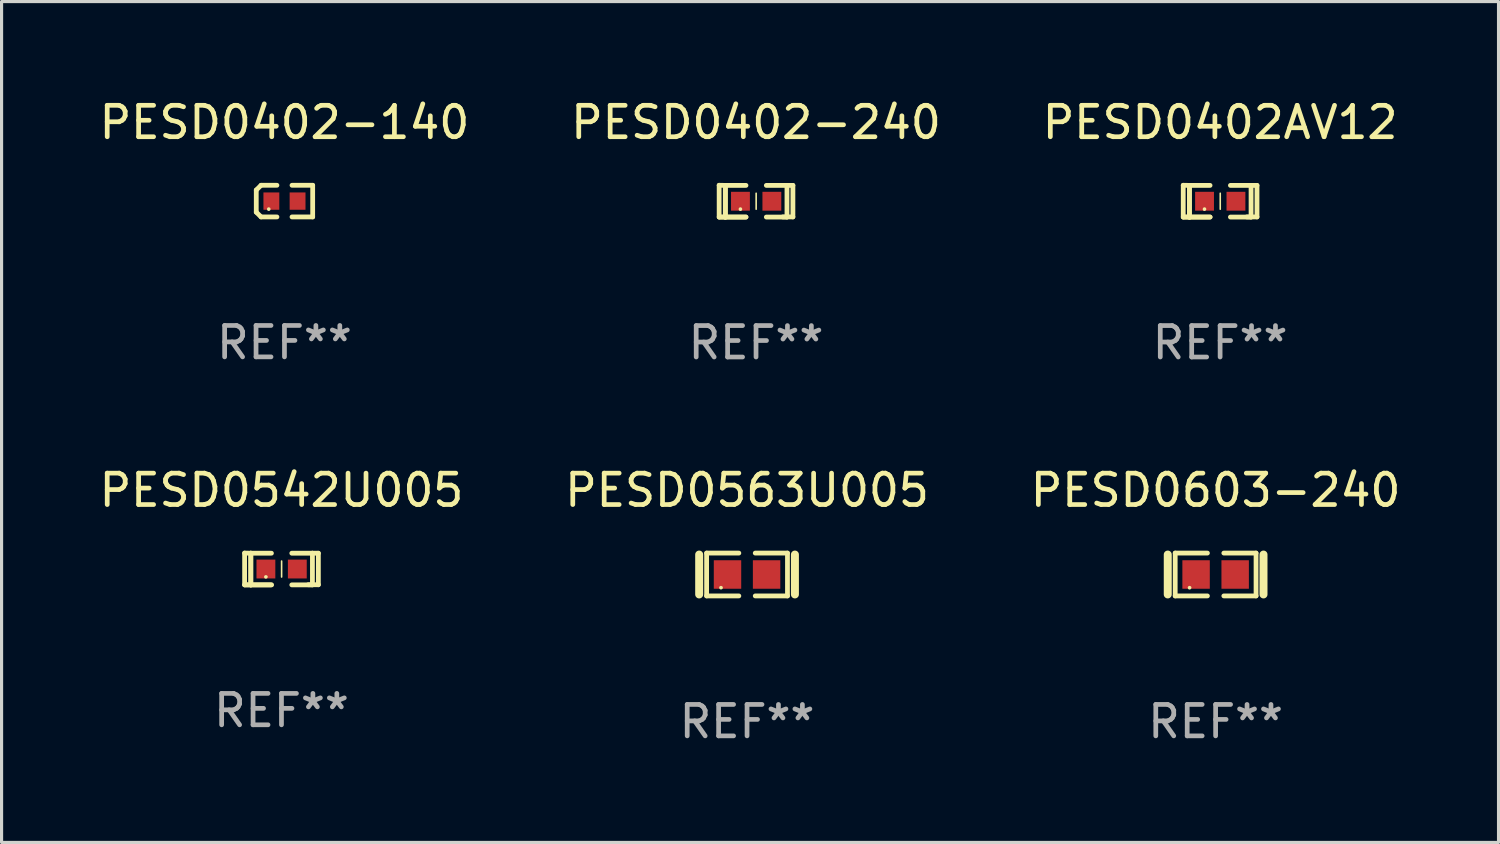
<source format=kicad_pcb>
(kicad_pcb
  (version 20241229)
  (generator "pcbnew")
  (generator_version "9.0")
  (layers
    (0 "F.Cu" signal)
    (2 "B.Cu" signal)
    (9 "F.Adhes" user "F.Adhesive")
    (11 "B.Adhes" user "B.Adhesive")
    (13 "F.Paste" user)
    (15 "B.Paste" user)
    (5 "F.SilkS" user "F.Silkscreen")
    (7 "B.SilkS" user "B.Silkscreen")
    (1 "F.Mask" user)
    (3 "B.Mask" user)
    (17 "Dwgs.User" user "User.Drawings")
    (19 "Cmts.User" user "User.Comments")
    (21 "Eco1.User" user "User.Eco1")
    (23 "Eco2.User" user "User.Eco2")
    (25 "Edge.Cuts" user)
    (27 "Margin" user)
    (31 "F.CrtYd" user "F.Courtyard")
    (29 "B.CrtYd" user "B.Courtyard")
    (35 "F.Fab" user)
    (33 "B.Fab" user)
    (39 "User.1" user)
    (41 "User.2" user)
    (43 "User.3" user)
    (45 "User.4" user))
  (footprint "PESD0603-240"
    (layer "F.Cu")
    (at 35.649 15.239)
    (property "Reference" "PESD0603-240" (at 0 -2.682 0) (layer "F.SilkS") (effects (font (size 1 1) (thickness 0.15))))
    (attr through_hole)
    (fp_line (start -1.524 -0.635) (end -1.524 0.635) (stroke (width 0.254) (type solid)) (layer "F.SilkS"))
    (fp_line (start -1.287 -0.682) (end -0.261 -0.682) (stroke (width 0.152) (type solid)) (layer "F.SilkS"))
    (fp_line (start -1.287 0.682) (end -1.287 -0.682) (stroke (width 0.152) (type solid)) (layer "F.SilkS"))
    (fp_line (start -0.261 0.682) (end -1.287 0.682) (stroke (width 0.152) (type solid)) (layer "F.SilkS"))
    (fp_line (start 0.261 0.682) (end 1.287 0.682) (stroke (width 0.152) (type solid)) (layer "F.SilkS"))
    (fp_line (start 1.287 -0.682) (end 0.261 -0.682) (stroke (width 0.152) (type solid)) (layer "F.SilkS"))
    (fp_line (start 1.287 0.682) (end 1.287 -0.682) (stroke (width 0.152) (type solid)) (layer "F.SilkS"))
    (fp_line (start 1.524 -0.635) (end 1.524 0.635) (stroke (width 0.254) (type solid)) (layer "F.SilkS"))
    (fp_circle (center -0.83 0.42) (end -0.8 0.42) (stroke (width 0.06) (type solid)) (fill no) (layer "F.SilkS"))
    (fp_text user "REF**" (at 0 4.682 0) (layer "F.Fab") (effects (font (size 1 1) (thickness 0.15))))
    (pad "1" smd rect (at -0.622 0) (size 0.873 0.907) (layers "F.Cu" "F.Mask" "F.Paste"))
    (pad "2" smd rect (at 0.622 0) (size 0.873 0.907) (layers "F.Cu" "F.Mask" "F.Paste")))
  (footprint "PESD0402AV12"
    (layer "F.Cu")
    (at 35.792 3.354)
    (property "Reference" "PESD0402AV12" (at 0 -2.506 0) (layer "F.SilkS") (effects (font (size 1 1) (thickness 0.15))))
    (attr through_hole)
    (fp_line (start -1.174 -0.506) (end -0.977 -0.502) (stroke (width 0.152) (type solid)) (layer "F.SilkS"))
    (fp_line (start -1.174 0.506) (end -1.174 -0.506) (stroke (width 0.152) (type solid)) (layer "F.SilkS"))
    (fp_line (start -0.977 -0.502) (end -0.977 0.506) (stroke (width 0.152) (type solid)) (layer "F.SilkS"))
    (fp_line (start -0.977 -0.502) (end -0.977 0.506) (stroke (width 0.152) (type solid)) (layer "F.SilkS"))
    (fp_line (start -0.977 0.506) (end -1.166 0.506) (stroke (width 0.152) (type solid)) (layer "F.SilkS"))
    (fp_line (start -0.977 0.506) (end -0.32 0.506) (stroke (width 0.152) (type solid)) (layer "F.SilkS"))
    (fp_line (start -0.977 0.506) (end -0.32 0.506) (stroke (width 0.152) (type solid)) (layer "F.SilkS"))
    (fp_line (start -0.971 0.506) (end -1.174 0.506) (stroke (width 0.152) (type solid)) (layer "F.SilkS"))
    (fp_line (start -0.32 -0.502) (end -0.977 -0.502) (stroke (width 0.152) (type solid)) (layer "F.SilkS"))
    (fp_line (start 0.004 -0.252) (end 0.004 0.256) (stroke (width 0.051) (type solid)) (layer "F.SilkS"))
    (fp_line (start 0.328 0.506) (end 0.985 0.506) (stroke (width 0.152) (type solid)) (layer "F.SilkS"))
    (fp_line (start 0.985 -0.502) (end 0.328 -0.502) (stroke (width 0.152) (type solid)) (layer "F.SilkS"))
    (fp_line (start 0.985 -0.502) (end 1.174 -0.502) (stroke (width 0.152) (type solid)) (layer "F.SilkS"))
    (fp_line (start 0.985 0.506) (end 0.985 -0.502) (stroke (width 0.152) (type solid)) (layer "F.SilkS"))
    (fp_line (start 1.174 -0.502) (end 1.174 0.502) (stroke (width 0.152) (type solid)) (layer "F.SilkS"))
    (fp_line (start 1.174 0.502) (end 0.851 0.502) (stroke (width 0.152) (type solid)) (layer "F.SilkS"))
    (fp_circle (center -0.497 0.253) (end -0.467 0.253) (stroke (width 0.06) (type solid)) (fill no) (layer "F.SilkS"))
    (fp_text user "REF**" (at 0 4.506 0) (layer "F.Fab") (effects (font (size 1 1) (thickness 0.15))))
    (pad "1" smd rect (at -0.496 0.002) (size 0.6 0.6) (layers "F.Cu" "F.Mask" "F.Paste"))
    (pad "2" smd rect (at 0.504 0.002) (size 0.6 0.6) (layers "F.Cu" "F.Mask" "F.Paste")))
  (footprint "PESD0402-240"
    (layer "F.Cu")
    (at 21.018 3.354)
    (property "Reference" "PESD0402-240" (at 0 -2.506 0) (layer "F.SilkS") (effects (font (size 1 1) (thickness 0.15))))
    (attr through_hole)
    (fp_line (start -1.174 -0.506) (end -0.977 -0.502) (stroke (width 0.152) (type solid)) (layer "F.SilkS"))
    (fp_line (start -1.174 0.506) (end -1.174 -0.506) (stroke (width 0.152) (type solid)) (layer "F.SilkS"))
    (fp_line (start -0.977 -0.502) (end -0.977 0.506) (stroke (width 0.152) (type solid)) (layer "F.SilkS"))
    (fp_line (start -0.977 -0.502) (end -0.977 0.506) (stroke (width 0.152) (type solid)) (layer "F.SilkS"))
    (fp_line (start -0.977 0.506) (end -1.166 0.506) (stroke (width 0.152) (type solid)) (layer "F.SilkS"))
    (fp_line (start -0.977 0.506) (end -0.32 0.506) (stroke (width 0.152) (type solid)) (layer "F.SilkS"))
    (fp_line (start -0.977 0.506) (end -0.32 0.506) (stroke (width 0.152) (type solid)) (layer "F.SilkS"))
    (fp_line (start -0.971 0.506) (end -1.174 0.506) (stroke (width 0.152) (type solid)) (layer "F.SilkS"))
    (fp_line (start -0.32 -0.502) (end -0.977 -0.502) (stroke (width 0.152) (type solid)) (layer "F.SilkS"))
    (fp_line (start 0.004 -0.252) (end 0.004 0.256) (stroke (width 0.051) (type solid)) (layer "F.SilkS"))
    (fp_line (start 0.328 0.506) (end 0.985 0.506) (stroke (width 0.152) (type solid)) (layer "F.SilkS"))
    (fp_line (start 0.985 -0.502) (end 0.328 -0.502) (stroke (width 0.152) (type solid)) (layer "F.SilkS"))
    (fp_line (start 0.985 -0.502) (end 1.174 -0.502) (stroke (width 0.152) (type solid)) (layer "F.SilkS"))
    (fp_line (start 0.985 0.506) (end 0.985 -0.502) (stroke (width 0.152) (type solid)) (layer "F.SilkS"))
    (fp_line (start 1.174 -0.502) (end 1.174 0.502) (stroke (width 0.152) (type solid)) (layer "F.SilkS"))
    (fp_line (start 1.174 0.502) (end 0.851 0.502) (stroke (width 0.152) (type solid)) (layer "F.SilkS"))
    (fp_circle (center -0.497 0.253) (end -0.467 0.253) (stroke (width 0.06) (type solid)) (fill no) (layer "F.SilkS"))
    (fp_text user "REF**" (at 0 4.506 0) (layer "F.Fab") (effects (font (size 1 1) (thickness 0.15))))
    (pad "1" smd rect (at -0.496 0.002) (size 0.6 0.6) (layers "F.Cu" "F.Mask" "F.Paste"))
    (pad "2" smd rect (at 0.504 0.002) (size 0.6 0.6) (layers "F.Cu" "F.Mask" "F.Paste")))
  (footprint "PESD0542U005"
    (layer "F.Cu")
    (at 5.911 15.063)
    (property "Reference" "PESD0542U005" (at 0 -2.506 0) (layer "F.SilkS") (effects (font (size 1 1) (thickness 0.15))))
    (attr through_hole)
    (fp_line (start -1.174 -0.506) (end -0.977 -0.502) (stroke (width 0.152) (type solid)) (layer "F.SilkS"))
    (fp_line (start -1.174 0.506) (end -1.174 -0.506) (stroke (width 0.152) (type solid)) (layer "F.SilkS"))
    (fp_line (start -0.977 -0.502) (end -0.977 0.506) (stroke (width 0.152) (type solid)) (layer "F.SilkS"))
    (fp_line (start -0.977 -0.502) (end -0.977 0.506) (stroke (width 0.152) (type solid)) (layer "F.SilkS"))
    (fp_line (start -0.977 0.506) (end -1.166 0.506) (stroke (width 0.152) (type solid)) (layer "F.SilkS"))
    (fp_line (start -0.977 0.506) (end -0.32 0.506) (stroke (width 0.152) (type solid)) (layer "F.SilkS"))
    (fp_line (start -0.977 0.506) (end -0.32 0.506) (stroke (width 0.152) (type solid)) (layer "F.SilkS"))
    (fp_line (start -0.971 0.506) (end -1.174 0.506) (stroke (width 0.152) (type solid)) (layer "F.SilkS"))
    (fp_line (start -0.32 -0.502) (end -0.977 -0.502) (stroke (width 0.152) (type solid)) (layer "F.SilkS"))
    (fp_line (start 0.004 -0.252) (end 0.004 0.256) (stroke (width 0.051) (type solid)) (layer "F.SilkS"))
    (fp_line (start 0.328 0.506) (end 0.985 0.506) (stroke (width 0.152) (type solid)) (layer "F.SilkS"))
    (fp_line (start 0.985 -0.502) (end 0.328 -0.502) (stroke (width 0.152) (type solid)) (layer "F.SilkS"))
    (fp_line (start 0.985 -0.502) (end 1.174 -0.502) (stroke (width 0.152) (type solid)) (layer "F.SilkS"))
    (fp_line (start 0.985 0.506) (end 0.985 -0.502) (stroke (width 0.152) (type solid)) (layer "F.SilkS"))
    (fp_line (start 1.174 -0.502) (end 1.174 0.502) (stroke (width 0.152) (type solid)) (layer "F.SilkS"))
    (fp_line (start 1.174 0.502) (end 0.851 0.502) (stroke (width 0.152) (type solid)) (layer "F.SilkS"))
    (fp_circle (center -0.497 0.253) (end -0.467 0.253) (stroke (width 0.06) (type solid)) (fill no) (layer "F.SilkS"))
    (fp_text user "REF**" (at 0 4.506 0) (layer "F.Fab") (effects (font (size 1 1) (thickness 0.15))))
    (pad "1" smd rect (at -0.496 0.002) (size 0.6 0.6) (layers "F.Cu" "F.Mask" "F.Paste"))
    (pad "2" smd rect (at 0.504 0.002) (size 0.6 0.6) (layers "F.Cu" "F.Mask" "F.Paste")))
  (footprint "PESD0402-140"
    (layer "F.Cu")
    (at 6.006 3.352)
    (property "Reference" "PESD0402-140" (at 0 -2.504 0) (layer "F.SilkS") (effects (font (size 1 1) (thickness 0.15))))
    (attr through_hole)
    (fp_line (start -0.898 -0.352) (end -0.745 -0.504) (stroke (width 0.152) (type solid)) (layer "F.SilkS"))
    (fp_line (start -0.898 0.352) (end -0.898 -0.352) (stroke (width 0.152) (type solid)) (layer "F.SilkS"))
    (fp_line (start -0.745 -0.504) (end -0.24 -0.504) (stroke (width 0.152) (type solid)) (layer "F.SilkS"))
    (fp_line (start -0.745 0.504) (end -0.898 0.352) (stroke (width 0.152) (type solid)) (layer "F.SilkS"))
    (fp_line (start -0.24 0.504) (end -0.745 0.504) (stroke (width 0.152) (type solid)) (layer "F.SilkS"))
    (fp_line (start 0.24 0.504) (end 0.898 0.504) (stroke (width 0.152) (type solid)) (layer "F.SilkS"))
    (fp_line (start 0.898 -0.504) (end 0.24 -0.504) (stroke (width 0.152) (type solid)) (layer "F.SilkS"))
    (fp_line (start 0.898 0.504) (end 0.898 -0.504) (stroke (width 0.152) (type solid)) (layer "F.SilkS"))
    (fp_circle (center -0.5 0.255) (end -0.47 0.255) (stroke (width 0.06) (type solid)) (fill no) (layer "F.SilkS"))
    (fp_text user "REF**" (at 0 4.504 0) (layer "F.Fab") (effects (font (size 1 1) (thickness 0.15))))
    (pad "1" smd rect (at -0.417 -0.000051) (size 0.505 0.551) (layers "F.Cu" "F.Mask" "F.Paste"))
    (pad "2" smd rect (at 0.417 -0.000051) (size 0.505 0.551) (layers "F.Cu" "F.Mask" "F.Paste")))
  (footprint "PESD0563U005"
    (layer "F.Cu")
    (at 20.732 15.239)
    (property "Reference" "PESD0563U005" (at 0 -2.682 0) (layer "F.SilkS") (effects (font (size 1 1) (thickness 0.15))))
    (attr through_hole)
    (fp_line (start -1.524 -0.635) (end -1.524 0.635) (stroke (width 0.254) (type solid)) (layer "F.SilkS"))
    (fp_line (start -1.287 -0.682) (end -0.261 -0.682) (stroke (width 0.152) (type solid)) (layer "F.SilkS"))
    (fp_line (start -1.287 0.682) (end -1.287 -0.682) (stroke (width 0.152) (type solid)) (layer "F.SilkS"))
    (fp_line (start -0.261 0.682) (end -1.287 0.682) (stroke (width 0.152) (type solid)) (layer "F.SilkS"))
    (fp_line (start 0.261 0.682) (end 1.287 0.682) (stroke (width 0.152) (type solid)) (layer "F.SilkS"))
    (fp_line (start 1.287 -0.682) (end 0.261 -0.682) (stroke (width 0.152) (type solid)) (layer "F.SilkS"))
    (fp_line (start 1.287 0.682) (end 1.287 -0.682) (stroke (width 0.152) (type solid)) (layer "F.SilkS"))
    (fp_line (start 1.524 -0.635) (end 1.524 0.635) (stroke (width 0.254) (type solid)) (layer "F.SilkS"))
    (fp_circle (center -0.83 0.42) (end -0.8 0.42) (stroke (width 0.06) (type solid)) (fill no) (layer "F.SilkS"))
    (fp_text user "REF**" (at 0 4.682 0) (layer "F.Fab") (effects (font (size 1 1) (thickness 0.15))))
    (pad "1" smd rect (at -0.622 0) (size 0.873 0.907) (layers "F.Cu" "F.Mask" "F.Paste"))
    (pad "2" smd rect (at 0.622 0) (size 0.873 0.907) (layers "F.Cu" "F.Mask" "F.Paste")))
  (gr_rect
    (start -3 -3)
    (end 44.655 23.769)
    (stroke (width 0.1) (type default))
    (fill no)
    (layer "Edge.Cuts")))
</source>
